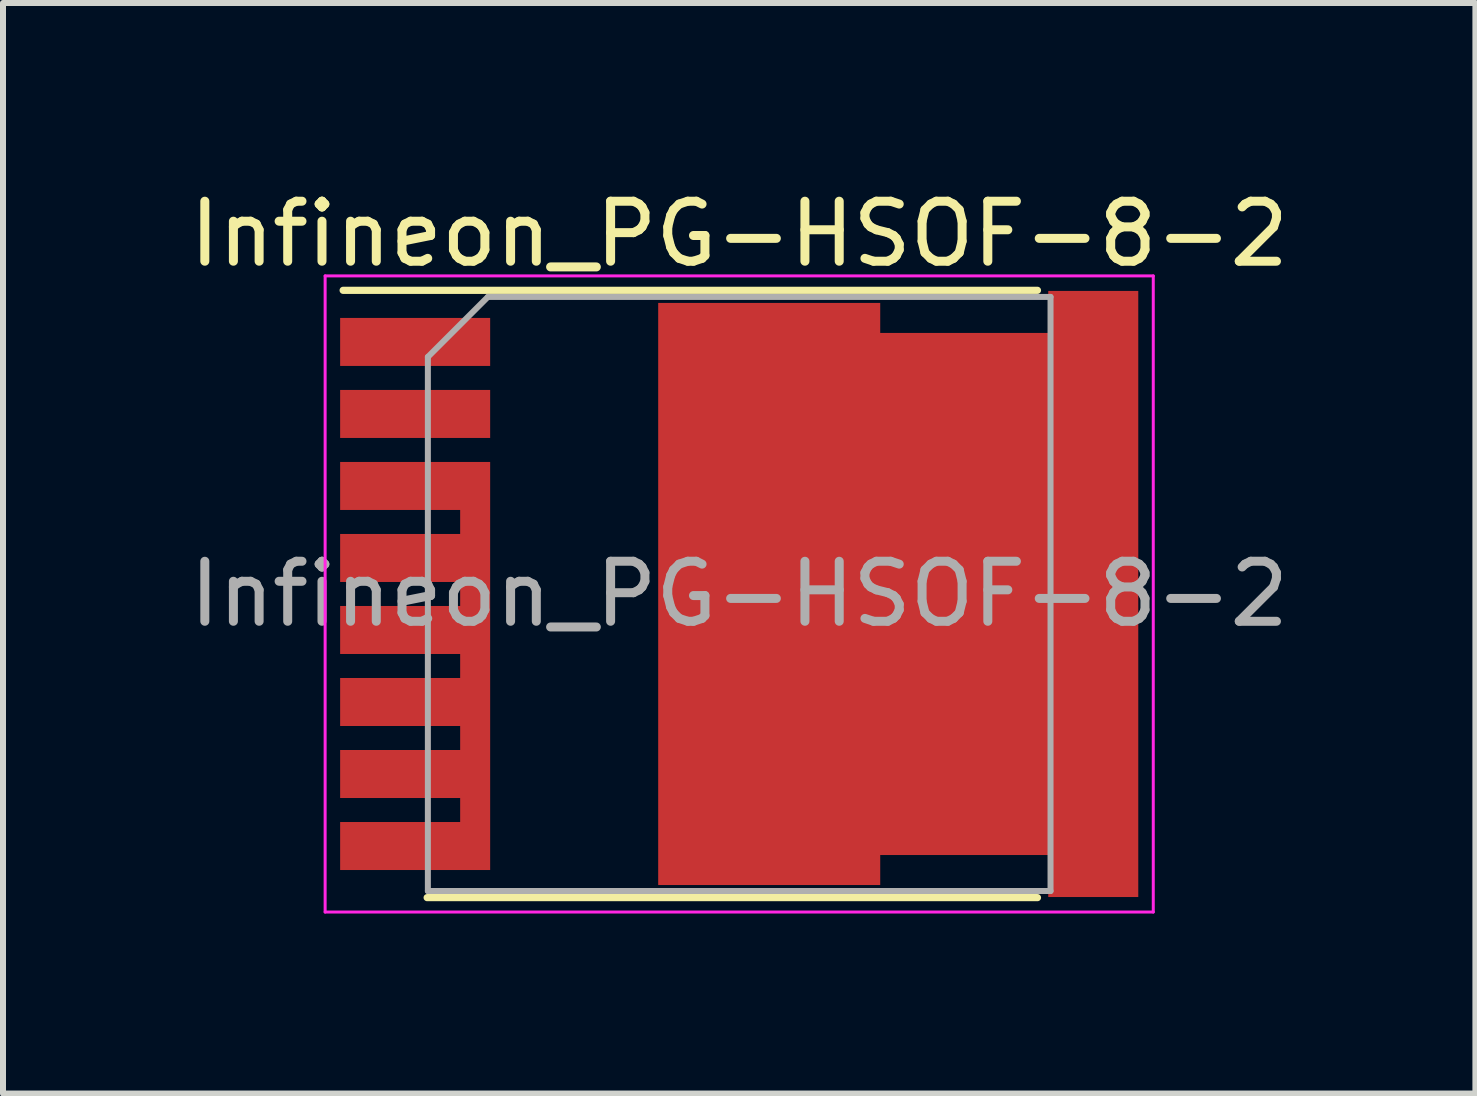
<source format=kicad_pcb>
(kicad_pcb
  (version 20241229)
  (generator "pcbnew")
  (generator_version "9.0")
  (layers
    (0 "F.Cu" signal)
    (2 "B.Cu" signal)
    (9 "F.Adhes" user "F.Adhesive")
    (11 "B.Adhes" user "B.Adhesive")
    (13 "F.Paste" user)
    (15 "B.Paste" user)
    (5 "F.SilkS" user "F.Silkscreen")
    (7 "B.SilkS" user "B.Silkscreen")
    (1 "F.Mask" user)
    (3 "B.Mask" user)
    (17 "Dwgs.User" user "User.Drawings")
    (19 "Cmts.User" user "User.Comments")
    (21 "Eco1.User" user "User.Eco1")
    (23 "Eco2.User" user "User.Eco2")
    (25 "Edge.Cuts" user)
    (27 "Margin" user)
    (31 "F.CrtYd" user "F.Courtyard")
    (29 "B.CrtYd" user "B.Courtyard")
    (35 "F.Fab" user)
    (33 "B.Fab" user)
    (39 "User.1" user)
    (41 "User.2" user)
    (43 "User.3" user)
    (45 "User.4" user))
  (footprint "Infineon_PG-HSOF-8-2"
    (layer "F.Cu")
    (at 9.268 6.848)
    (property "Reference" "Infineon_PG-HSOF-8-2" (at 0 -6 0) (layer "F.SilkS") (effects (font (size 1 1) (thickness 0.15))))
    (attr smd)
    (fp_line (start -5.2 5.06) (end 4.97 5.06) (stroke (width 0.12) (type solid)) (layer "F.SilkS"))
    (fp_line (start 4.97 -5.06) (end -6.6 -5.06) (stroke (width 0.12) (type solid)) (layer "F.SilkS"))
    (fp_line (start -6.9 5.3) (end -6.9 -5.3) (stroke (width 0.05) (type solid)) (layer "F.CrtYd"))
    (fp_line (start -6.9 5.3) (end 6.9 5.3) (stroke (width 0.05) (type solid)) (layer "F.CrtYd"))
    (fp_line (start 6.9 -5.3) (end -6.9 -5.3) (stroke (width 0.05) (type solid)) (layer "F.CrtYd"))
    (fp_line (start 6.9 -5.3) (end 6.9 5.3) (stroke (width 0.05) (type solid)) (layer "F.CrtYd"))
    (fp_line (start -5.188 4.95) (end -5.188 -3.95) (stroke (width 0.1) (type solid)) (layer "F.Fab"))
    (fp_line (start -4.188 -4.95) (end -5.188 -3.95) (stroke (width 0.1) (type solid)) (layer "F.Fab"))
    (fp_line (start -4.188 -4.95) (end 5.188 -4.95) (stroke (width 0.1) (type solid)) (layer "F.Fab"))
    (fp_line (start 5.188 -4.95) (end 5.188 4.95) (stroke (width 0.1) (type solid)) (layer "F.Fab"))
    (fp_line (start 5.188 4.95) (end -5.188 4.95) (stroke (width 0.1) (type solid)) (layer "F.Fab"))
    (fp_text user "${REFERENCE}" (at 0 0 0) (layer "F.Fab") (effects (font (size 1 1) (thickness 0.15))))
    (pad "" smd rect (at -5.4 -4.2) (size 2.35 0.7) (layers "F.Paste"))
    (pad "" smd rect (at -5.4 -3) (size 2.35 0.7) (layers "F.Paste"))
    (pad "" smd rect (at -5.4 -1.8) (size 2.35 0.7) (layers "F.Paste"))
    (pad "" smd rect (at -5.4 -0.6) (size 2.35 0.7) (layers "F.Paste"))
    (pad "" smd rect (at -5.4 0.6) (size 2.35 0.7) (layers "F.Paste"))
    (pad "" smd rect (at -5.4 1.8) (size 2.35 0.7) (layers "F.Paste"))
    (pad "" smd rect (at -5.4 3) (size 2.35 0.7) (layers "F.Paste"))
    (pad "" smd rect (at -5.4 4.2) (size 2.35 0.7) (layers "F.Paste"))
    (pad "1" smd rect (at -5.4 -4.2) (size 2.5 0.8) (layers "F.Cu" "F.Mask"))
    (pad "2" smd rect (at -5.4 -3) (size 2.5 0.8) (layers "F.Cu" "F.Mask"))
    (pad "3" smd custom (at -4.4 1.2) (size 0.5 6.8) (layers "F.Cu" "F.Mask") (options (anchor rect)) (primitives (gr_poly (pts (xy -0.25 -2.6) (xy -2.25 -2.6) (xy -2.25 -3.4) (xy -0.25 -3.4)) (width 0) (fill yes)) (gr_poly (pts (xy -0.25 -1.4) (xy -2.25 -1.4) (xy -2.25 -2.2) (xy -0.25 -2.2)) (width 0) (fill yes)) (gr_poly (pts (xy -0.25 -0.2) (xy -2.25 -0.2) (xy -2.25 -1) (xy -0.25 -1)) (width 0) (fill yes)) (gr_poly (pts (xy -0.25 1) (xy -2.25 1) (xy -2.25 0.2) (xy -0.25 0.2)) (width 0) (fill yes)) (gr_poly (pts (xy -0.25 2.2) (xy -2.25 2.2) (xy -2.25 1.4) (xy -0.25 1.4)) (width 0) (fill yes)) (gr_poly (pts (xy -0.25 3.4) (xy -2.25 3.4) (xy -2.25 2.6) (xy -0.25 2.6)) (width 0) (fill yes))))
    (pad "4" smd custom (at 3.75 0) (size 2.8 8.7) (layers "F.Cu" "F.Mask" "F.Paste") (options (anchor rect)) (primitives (gr_poly (pts (xy 2.9 5.05) (xy 1.4 5.05) (xy 1.4 -5.05) (xy 2.9 -5.05)) (width 0) (fill yes)) (gr_poly (pts (xy -1.4 4.85) (xy -5.1 4.85) (xy -5.1 -4.85) (xy -1.4 -4.85)) (width 0) (fill yes)))))
  (gr_rect
    (start -3 -3)
    (end 21.536 15.173)
    (stroke (width 0.1) (type default))
    (fill no)
    (layer "Edge.Cuts")))
</source>
